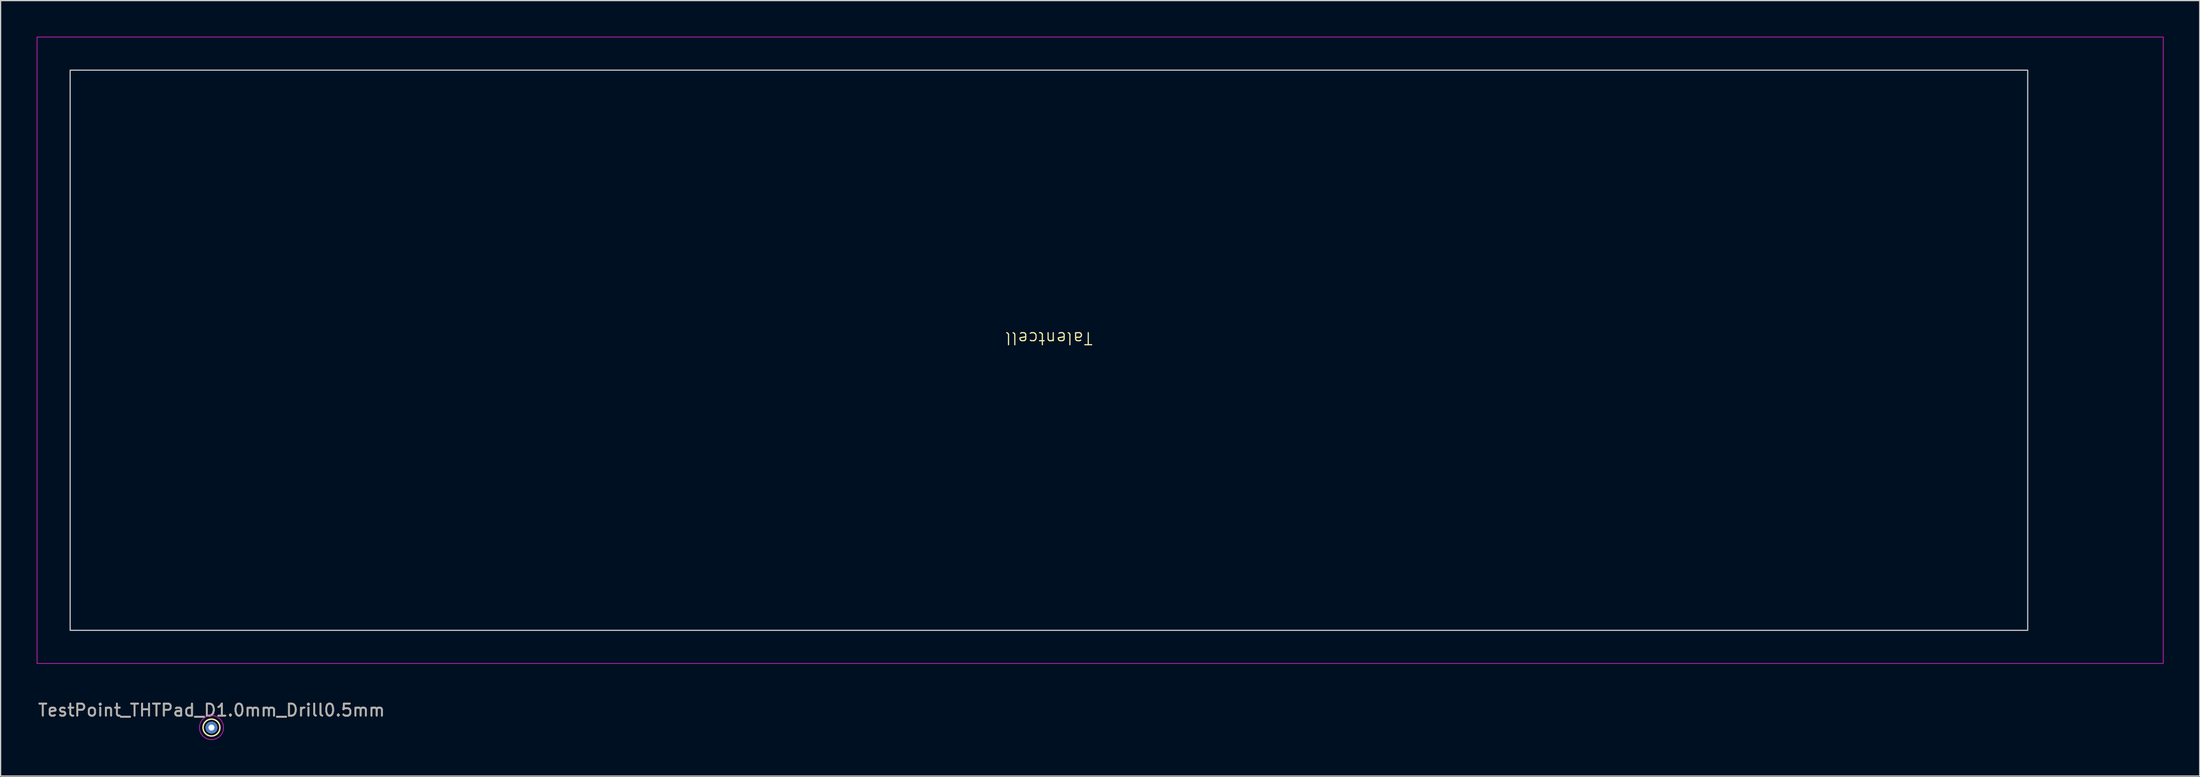
<source format=kicad_pcb>
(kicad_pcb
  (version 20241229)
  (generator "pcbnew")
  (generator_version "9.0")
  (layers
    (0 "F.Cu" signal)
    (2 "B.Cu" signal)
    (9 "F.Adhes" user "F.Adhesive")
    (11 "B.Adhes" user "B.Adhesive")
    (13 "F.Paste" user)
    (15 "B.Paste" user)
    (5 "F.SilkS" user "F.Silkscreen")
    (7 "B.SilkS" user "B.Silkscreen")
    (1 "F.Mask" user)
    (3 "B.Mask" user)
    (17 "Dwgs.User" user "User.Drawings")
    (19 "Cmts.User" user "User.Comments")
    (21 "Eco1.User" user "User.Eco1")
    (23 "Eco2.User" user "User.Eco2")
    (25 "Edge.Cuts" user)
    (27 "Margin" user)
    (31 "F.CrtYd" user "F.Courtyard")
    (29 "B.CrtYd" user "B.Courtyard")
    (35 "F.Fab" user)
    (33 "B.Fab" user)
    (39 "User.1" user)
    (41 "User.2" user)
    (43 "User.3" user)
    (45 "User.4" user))
  (footprint "Talentcell"
    (layer "F.Cu")
    (at 84.025 25.525)
    (property "Reference" "Talentcell" (at 0 -0.5 180) (unlocked yes) (layer "F.SilkS") (effects (font (size 1 1) (thickness 0.1))))
    (attr through_hole)
    (fp_rect (start -81.25 -22.75) (end 81.25 23.75) (stroke (width 0.1) (type solid)) (fill no) (layer "Dwgs.User"))
    (fp_rect (start -84 -25.5) (end 92.5 26.5) (stroke (width 0.05) (type default)) (fill no) (layer "F.CrtYd")))
  (footprint "TestPoint_THTPad_D1.0mm_Drill0.5mm"
    (layer "F.Cu")
    (at 14.506 57.348)
    (property "Reference" "TestPoint_THTPad_D1.0mm_Drill0.5mm" (at 0 -1.448 0) (layer "F.SilkS") (effects (font (size 1 1) (thickness 0.15))))
    (attr exclude_from_pos_files exclude_from_bom)
    (fp_circle (center 0 0) (end 0 0.7) (stroke (width 0.12) (type solid)) (fill no) (layer "F.SilkS"))
    (fp_circle (center 0 0) (end 1 0) (stroke (width 0.05) (type solid)) (fill no) (layer "F.CrtYd"))
    (fp_text user "${REFERENCE}" (at 0 -1.45 0) (layer "F.Fab") (effects (font (size 1 1) (thickness 0.15))))
    (pad "1" thru_hole circle (at 0 0 180) (size 1 1) (drill 0.5) (layers "*.Cu" "*.Mask")))
  (gr_rect
    (start -3 -3)
    (end 179.55 61.373)
    (stroke (width 0.1) (type default))
    (fill no)
    (layer "Edge.Cuts")))
</source>
